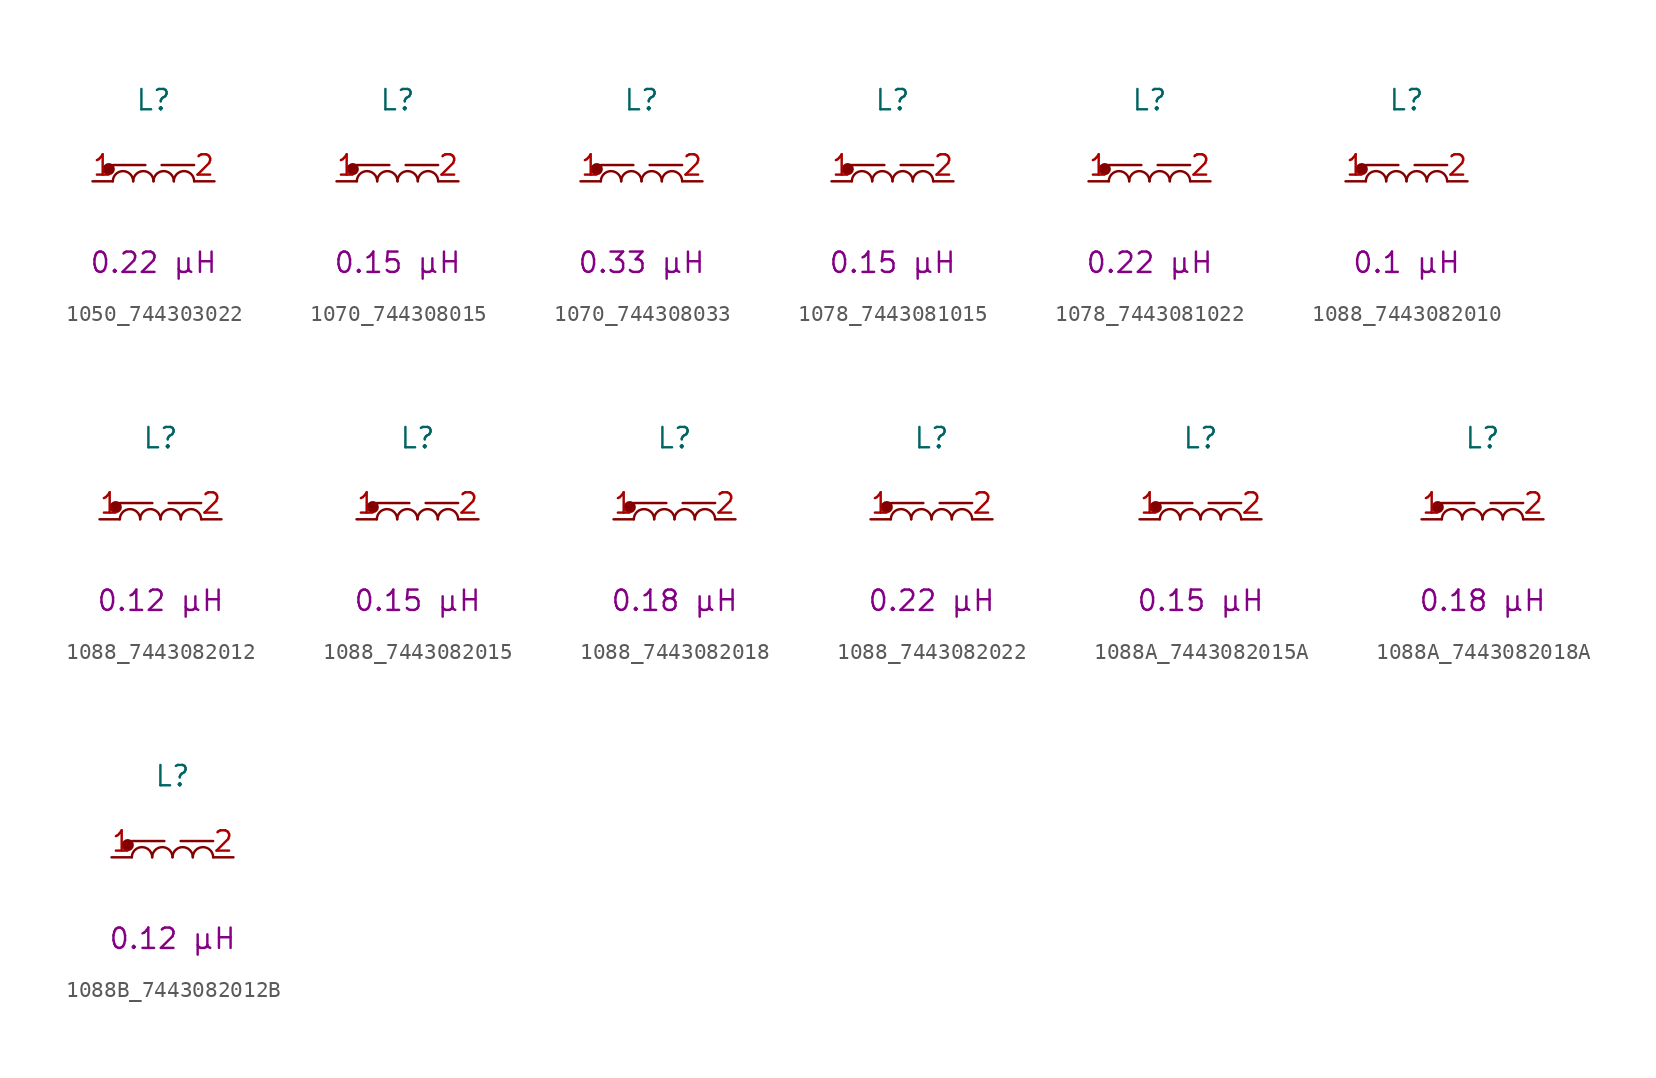
<source format=kicad_sym>
(kicad_symbol_lib
  (version 20220914)
  (generator kicad_symbol_editor)
  (symbol "1050_744303022"
    (pin_names hide)
    (property "Reference" "L"
      (at 0 5.08 0)
      (effects (font (size 1.27 1.27))))
    (property "Critical Parameter" "0.22 µH"
      (at 0 -5.08 0)
      (effects (font (size 1.27 1.27))))
    (symbol "1050_744303022_0_1"
      (arc (start -1.27 0) (mid -1.905 0.6323) (end -2.54 0) (stroke (width 0) (type default)) (fill (type none)))
      (arc (start 0 0) (mid -0.635 0.6323) (end -1.27 0) (stroke (width 0) (type default)) (fill (type none)))
      (polyline (pts (xy -2.54 1.016) (xy -0.508 1.016)) (stroke (width 0) (type default)) (fill (type none)))
      (arc (start 1.27 0) (mid 0.635 0.6323) (end 0 0) (stroke (width 0) (type default)) (fill (type none)))
      (arc (start 2.54 0) (mid 1.905 0.6323) (end 1.27 0) (stroke (width 0) (type default)) (fill (type none))))
    (symbol "1050_744303022_1_1"
      (circle (center -2.794 0.762) (radius 0.0001) (stroke (width 0.381) (type default)) (fill (type none)))
      (polyline (pts (xy 2.54 1.016) (xy 0.508 1.016)) (stroke (width 0) (type default)) (fill (type none)))
      (pin passive line (at -3.81 0 0) (length 1.27) (name "1" (effects (font (size 1.27 1.27)))) (number "1" (effects (font (size 1.27 1.27)))))
      (pin passive line (at 3.81 0 180) (length 1.27) (name "2" (effects (font (size 1.27 1.27)))) (number "2" (effects (font (size 1.27 1.27)))))))
  (symbol "1070_744308015"
    (pin_names hide)
    (property "Reference" "L"
      (at 0 5.08 0)
      (effects (font (size 1.27 1.27))))
    (property "Critical Parameter" "0.15 µH"
      (at 0 -5.08 0)
      (effects (font (size 1.27 1.27))))
    (symbol "1070_744308015_0_1"
      (arc (start -1.27 0) (mid -1.905 0.6323) (end -2.54 0) (stroke (width 0) (type default)) (fill (type none)))
      (arc (start 0 0) (mid -0.635 0.6323) (end -1.27 0) (stroke (width 0) (type default)) (fill (type none)))
      (polyline (pts (xy -2.54 1.016) (xy -0.508 1.016)) (stroke (width 0) (type default)) (fill (type none)))
      (arc (start 1.27 0) (mid 0.635 0.6323) (end 0 0) (stroke (width 0) (type default)) (fill (type none)))
      (arc (start 2.54 0) (mid 1.905 0.6323) (end 1.27 0) (stroke (width 0) (type default)) (fill (type none))))
    (symbol "1070_744308015_1_1"
      (circle (center -2.794 0.762) (radius 0.0001) (stroke (width 0.381) (type default)) (fill (type none)))
      (polyline (pts (xy 2.54 1.016) (xy 0.508 1.016)) (stroke (width 0) (type default)) (fill (type none)))
      (pin passive line (at -3.81 0 0) (length 1.27) (name "1" (effects (font (size 1.27 1.27)))) (number "1" (effects (font (size 1.27 1.27)))))
      (pin passive line (at 3.81 0 180) (length 1.27) (name "2" (effects (font (size 1.27 1.27)))) (number "2" (effects (font (size 1.27 1.27)))))))
  (symbol "1070_744308033"
    (pin_names hide)
    (property "Reference" "L"
      (at 0 5.08 0)
      (effects (font (size 1.27 1.27))))
    (property "Critical Parameter" "0.33 µH"
      (at 0 -5.08 0)
      (effects (font (size 1.27 1.27))))
    (symbol "1070_744308033_0_1"
      (arc (start -1.27 0) (mid -1.905 0.6323) (end -2.54 0) (stroke (width 0) (type default)) (fill (type none)))
      (arc (start 0 0) (mid -0.635 0.6323) (end -1.27 0) (stroke (width 0) (type default)) (fill (type none)))
      (polyline (pts (xy -2.54 1.016) (xy -0.508 1.016)) (stroke (width 0) (type default)) (fill (type none)))
      (arc (start 1.27 0) (mid 0.635 0.6323) (end 0 0) (stroke (width 0) (type default)) (fill (type none)))
      (arc (start 2.54 0) (mid 1.905 0.6323) (end 1.27 0) (stroke (width 0) (type default)) (fill (type none))))
    (symbol "1070_744308033_1_1"
      (circle (center -2.794 0.762) (radius 0.0001) (stroke (width 0.381) (type default)) (fill (type none)))
      (polyline (pts (xy 2.54 1.016) (xy 0.508 1.016)) (stroke (width 0) (type default)) (fill (type none)))
      (pin passive line (at -3.81 0 0) (length 1.27) (name "1" (effects (font (size 1.27 1.27)))) (number "1" (effects (font (size 1.27 1.27)))))
      (pin passive line (at 3.81 0 180) (length 1.27) (name "2" (effects (font (size 1.27 1.27)))) (number "2" (effects (font (size 1.27 1.27)))))))
  (symbol "1078_7443081015"
    (pin_names hide)
    (property "Reference" "L"
      (at 0 5.08 0)
      (effects (font (size 1.27 1.27))))
    (property "Critical Parameter" "0.15 µH"
      (at 0 -5.08 0)
      (effects (font (size 1.27 1.27))))
    (symbol "1078_7443081015_0_1"
      (arc (start -1.27 0) (mid -1.905 0.6323) (end -2.54 0) (stroke (width 0) (type default)) (fill (type none)))
      (arc (start 0 0) (mid -0.635 0.6323) (end -1.27 0) (stroke (width 0) (type default)) (fill (type none)))
      (polyline (pts (xy -2.54 1.016) (xy -0.508 1.016)) (stroke (width 0) (type default)) (fill (type none)))
      (arc (start 1.27 0) (mid 0.635 0.6323) (end 0 0) (stroke (width 0) (type default)) (fill (type none)))
      (arc (start 2.54 0) (mid 1.905 0.6323) (end 1.27 0) (stroke (width 0) (type default)) (fill (type none))))
    (symbol "1078_7443081015_1_1"
      (circle (center -2.794 0.762) (radius 0.0001) (stroke (width 0.381) (type default)) (fill (type none)))
      (polyline (pts (xy 2.54 1.016) (xy 0.508 1.016)) (stroke (width 0) (type default)) (fill (type none)))
      (pin passive line (at -3.81 0 0) (length 1.27) (name "1" (effects (font (size 1.27 1.27)))) (number "1" (effects (font (size 1.27 1.27)))))
      (pin passive line (at 3.81 0 180) (length 1.27) (name "2" (effects (font (size 1.27 1.27)))) (number "2" (effects (font (size 1.27 1.27)))))))
  (symbol "1078_7443081022"
    (pin_names hide)
    (property "Reference" "L"
      (at 0 5.08 0)
      (effects (font (size 1.27 1.27))))
    (property "Critical Parameter" "0.22 µH"
      (at 0 -5.08 0)
      (effects (font (size 1.27 1.27))))
    (symbol "1078_7443081022_0_1"
      (arc (start -1.27 0) (mid -1.905 0.6323) (end -2.54 0) (stroke (width 0) (type default)) (fill (type none)))
      (arc (start 0 0) (mid -0.635 0.6323) (end -1.27 0) (stroke (width 0) (type default)) (fill (type none)))
      (polyline (pts (xy -2.54 1.016) (xy -0.508 1.016)) (stroke (width 0) (type default)) (fill (type none)))
      (arc (start 1.27 0) (mid 0.635 0.6323) (end 0 0) (stroke (width 0) (type default)) (fill (type none)))
      (arc (start 2.54 0) (mid 1.905 0.6323) (end 1.27 0) (stroke (width 0) (type default)) (fill (type none))))
    (symbol "1078_7443081022_1_1"
      (circle (center -2.794 0.762) (radius 0.0001) (stroke (width 0.381) (type default)) (fill (type none)))
      (polyline (pts (xy 2.54 1.016) (xy 0.508 1.016)) (stroke (width 0) (type default)) (fill (type none)))
      (pin passive line (at -3.81 0 0) (length 1.27) (name "1" (effects (font (size 1.27 1.27)))) (number "1" (effects (font (size 1.27 1.27)))))
      (pin passive line (at 3.81 0 180) (length 1.27) (name "2" (effects (font (size 1.27 1.27)))) (number "2" (effects (font (size 1.27 1.27)))))))
  (symbol "1088_7443082010"
    (pin_names hide)
    (property "Reference" "L"
      (at 0 5.08 0)
      (effects (font (size 1.27 1.27))))
    (property "Critical Parameter" "0.1 µH"
      (at 0 -5.08 0)
      (effects (font (size 1.27 1.27))))
    (symbol "1088_7443082010_0_1"
      (arc (start -1.27 0) (mid -1.905 0.6323) (end -2.54 0) (stroke (width 0) (type default)) (fill (type none)))
      (arc (start 0 0) (mid -0.635 0.6323) (end -1.27 0) (stroke (width 0) (type default)) (fill (type none)))
      (polyline (pts (xy -2.54 1.016) (xy -0.508 1.016)) (stroke (width 0) (type default)) (fill (type none)))
      (arc (start 1.27 0) (mid 0.635 0.6323) (end 0 0) (stroke (width 0) (type default)) (fill (type none)))
      (arc (start 2.54 0) (mid 1.905 0.6323) (end 1.27 0) (stroke (width 0) (type default)) (fill (type none))))
    (symbol "1088_7443082010_1_1"
      (circle (center -2.794 0.762) (radius 0.0001) (stroke (width 0.381) (type default)) (fill (type none)))
      (polyline (pts (xy 2.54 1.016) (xy 0.508 1.016)) (stroke (width 0) (type default)) (fill (type none)))
      (pin passive line (at -3.81 0 0) (length 1.27) (name "1" (effects (font (size 1.27 1.27)))) (number "1" (effects (font (size 1.27 1.27)))))
      (pin passive line (at 3.81 0 180) (length 1.27) (name "2" (effects (font (size 1.27 1.27)))) (number "2" (effects (font (size 1.27 1.27)))))))
  (symbol "1088_7443082012"
    (pin_names hide)
    (property "Reference" "L"
      (at 0 5.08 0)
      (effects (font (size 1.27 1.27))))
    (property "Critical Parameter" "0.12 µH"
      (at 0 -5.08 0)
      (effects (font (size 1.27 1.27))))
    (symbol "1088_7443082012_0_1"
      (arc (start -1.27 0) (mid -1.905 0.6323) (end -2.54 0) (stroke (width 0) (type default)) (fill (type none)))
      (arc (start 0 0) (mid -0.635 0.6323) (end -1.27 0) (stroke (width 0) (type default)) (fill (type none)))
      (polyline (pts (xy -2.54 1.016) (xy -0.508 1.016)) (stroke (width 0) (type default)) (fill (type none)))
      (arc (start 1.27 0) (mid 0.635 0.6323) (end 0 0) (stroke (width 0) (type default)) (fill (type none)))
      (arc (start 2.54 0) (mid 1.905 0.6323) (end 1.27 0) (stroke (width 0) (type default)) (fill (type none))))
    (symbol "1088_7443082012_1_1"
      (circle (center -2.794 0.762) (radius 0.0001) (stroke (width 0.381) (type default)) (fill (type none)))
      (polyline (pts (xy 2.54 1.016) (xy 0.508 1.016)) (stroke (width 0) (type default)) (fill (type none)))
      (pin passive line (at -3.81 0 0) (length 1.27) (name "1" (effects (font (size 1.27 1.27)))) (number "1" (effects (font (size 1.27 1.27)))))
      (pin passive line (at 3.81 0 180) (length 1.27) (name "2" (effects (font (size 1.27 1.27)))) (number "2" (effects (font (size 1.27 1.27)))))))
  (symbol "1088_7443082015"
    (pin_names hide)
    (property "Reference" "L"
      (at 0 5.08 0)
      (effects (font (size 1.27 1.27))))
    (property "Critical Parameter" "0.15 µH"
      (at 0 -5.08 0)
      (effects (font (size 1.27 1.27))))
    (symbol "1088_7443082015_0_1"
      (arc (start -1.27 0) (mid -1.905 0.6323) (end -2.54 0) (stroke (width 0) (type default)) (fill (type none)))
      (arc (start 0 0) (mid -0.635 0.6323) (end -1.27 0) (stroke (width 0) (type default)) (fill (type none)))
      (polyline (pts (xy -2.54 1.016) (xy -0.508 1.016)) (stroke (width 0) (type default)) (fill (type none)))
      (arc (start 1.27 0) (mid 0.635 0.6323) (end 0 0) (stroke (width 0) (type default)) (fill (type none)))
      (arc (start 2.54 0) (mid 1.905 0.6323) (end 1.27 0) (stroke (width 0) (type default)) (fill (type none))))
    (symbol "1088_7443082015_1_1"
      (circle (center -2.794 0.762) (radius 0.0001) (stroke (width 0.381) (type default)) (fill (type none)))
      (polyline (pts (xy 2.54 1.016) (xy 0.508 1.016)) (stroke (width 0) (type default)) (fill (type none)))
      (pin passive line (at -3.81 0 0) (length 1.27) (name "1" (effects (font (size 1.27 1.27)))) (number "1" (effects (font (size 1.27 1.27)))))
      (pin passive line (at 3.81 0 180) (length 1.27) (name "2" (effects (font (size 1.27 1.27)))) (number "2" (effects (font (size 1.27 1.27)))))))
  (symbol "1088_7443082018"
    (pin_names hide)
    (property "Reference" "L"
      (at 0 5.08 0)
      (effects (font (size 1.27 1.27))))
    (property "Critical Parameter" "0.18 µH"
      (at 0 -5.08 0)
      (effects (font (size 1.27 1.27))))
    (symbol "1088_7443082018_0_1"
      (arc (start -1.27 0) (mid -1.905 0.6323) (end -2.54 0) (stroke (width 0) (type default)) (fill (type none)))
      (arc (start 0 0) (mid -0.635 0.6323) (end -1.27 0) (stroke (width 0) (type default)) (fill (type none)))
      (polyline (pts (xy -2.54 1.016) (xy -0.508 1.016)) (stroke (width 0) (type default)) (fill (type none)))
      (arc (start 1.27 0) (mid 0.635 0.6323) (end 0 0) (stroke (width 0) (type default)) (fill (type none)))
      (arc (start 2.54 0) (mid 1.905 0.6323) (end 1.27 0) (stroke (width 0) (type default)) (fill (type none))))
    (symbol "1088_7443082018_1_1"
      (circle (center -2.794 0.762) (radius 0.0001) (stroke (width 0.381) (type default)) (fill (type none)))
      (polyline (pts (xy 2.54 1.016) (xy 0.508 1.016)) (stroke (width 0) (type default)) (fill (type none)))
      (pin passive line (at -3.81 0 0) (length 1.27) (name "1" (effects (font (size 1.27 1.27)))) (number "1" (effects (font (size 1.27 1.27)))))
      (pin passive line (at 3.81 0 180) (length 1.27) (name "2" (effects (font (size 1.27 1.27)))) (number "2" (effects (font (size 1.27 1.27)))))))
  (symbol "1088_7443082022"
    (pin_names hide)
    (property "Reference" "L"
      (at 0 5.08 0)
      (effects (font (size 1.27 1.27))))
    (property "Critical Parameter" "0.22 µH"
      (at 0 -5.08 0)
      (effects (font (size 1.27 1.27))))
    (symbol "1088_7443082022_0_1"
      (arc (start -1.27 0) (mid -1.905 0.6323) (end -2.54 0) (stroke (width 0) (type default)) (fill (type none)))
      (arc (start 0 0) (mid -0.635 0.6323) (end -1.27 0) (stroke (width 0) (type default)) (fill (type none)))
      (polyline (pts (xy -2.54 1.016) (xy -0.508 1.016)) (stroke (width 0) (type default)) (fill (type none)))
      (arc (start 1.27 0) (mid 0.635 0.6323) (end 0 0) (stroke (width 0) (type default)) (fill (type none)))
      (arc (start 2.54 0) (mid 1.905 0.6323) (end 1.27 0) (stroke (width 0) (type default)) (fill (type none))))
    (symbol "1088_7443082022_1_1"
      (circle (center -2.794 0.762) (radius 0.0001) (stroke (width 0.381) (type default)) (fill (type none)))
      (polyline (pts (xy 2.54 1.016) (xy 0.508 1.016)) (stroke (width 0) (type default)) (fill (type none)))
      (pin passive line (at -3.81 0 0) (length 1.27) (name "1" (effects (font (size 1.27 1.27)))) (number "1" (effects (font (size 1.27 1.27)))))
      (pin passive line (at 3.81 0 180) (length 1.27) (name "2" (effects (font (size 1.27 1.27)))) (number "2" (effects (font (size 1.27 1.27)))))))
  (symbol "1088A_7443082015A"
    (pin_names hide)
    (property "Reference" "L"
      (at 0 5.08 0)
      (effects (font (size 1.27 1.27))))
    (property "Critical Parameter" "0.15 µH"
      (at 0 -5.08 0)
      (effects (font (size 1.27 1.27))))
    (symbol "1088A_7443082015A_0_1"
      (arc (start -1.27 0) (mid -1.905 0.6323) (end -2.54 0) (stroke (width 0) (type default)) (fill (type none)))
      (arc (start 0 0) (mid -0.635 0.6323) (end -1.27 0) (stroke (width 0) (type default)) (fill (type none)))
      (polyline (pts (xy -2.54 1.016) (xy -0.508 1.016)) (stroke (width 0) (type default)) (fill (type none)))
      (arc (start 1.27 0) (mid 0.635 0.6323) (end 0 0) (stroke (width 0) (type default)) (fill (type none)))
      (arc (start 2.54 0) (mid 1.905 0.6323) (end 1.27 0) (stroke (width 0) (type default)) (fill (type none))))
    (symbol "1088A_7443082015A_1_1"
      (circle (center -2.794 0.762) (radius 0.0001) (stroke (width 0.381) (type default)) (fill (type none)))
      (polyline (pts (xy 2.54 1.016) (xy 0.508 1.016)) (stroke (width 0) (type default)) (fill (type none)))
      (pin passive line (at -3.81 0 0) (length 1.27) (name "1" (effects (font (size 1.27 1.27)))) (number "1" (effects (font (size 1.27 1.27)))))
      (pin passive line (at 3.81 0 180) (length 1.27) (name "2" (effects (font (size 1.27 1.27)))) (number "2" (effects (font (size 1.27 1.27)))))))
  (symbol "1088A_7443082018A"
    (pin_names hide)
    (property "Reference" "L"
      (at 0 5.08 0)
      (effects (font (size 1.27 1.27))))
    (property "Critical Parameter" "0.18 µH"
      (at 0 -5.08 0)
      (effects (font (size 1.27 1.27))))
    (symbol "1088A_7443082018A_0_1"
      (arc (start -1.27 0) (mid -1.905 0.6323) (end -2.54 0) (stroke (width 0) (type default)) (fill (type none)))
      (arc (start 0 0) (mid -0.635 0.6323) (end -1.27 0) (stroke (width 0) (type default)) (fill (type none)))
      (polyline (pts (xy -2.54 1.016) (xy -0.508 1.016)) (stroke (width 0) (type default)) (fill (type none)))
      (arc (start 1.27 0) (mid 0.635 0.6323) (end 0 0) (stroke (width 0) (type default)) (fill (type none)))
      (arc (start 2.54 0) (mid 1.905 0.6323) (end 1.27 0) (stroke (width 0) (type default)) (fill (type none))))
    (symbol "1088A_7443082018A_1_1"
      (circle (center -2.794 0.762) (radius 0.0001) (stroke (width 0.381) (type default)) (fill (type none)))
      (polyline (pts (xy 2.54 1.016) (xy 0.508 1.016)) (stroke (width 0) (type default)) (fill (type none)))
      (pin passive line (at -3.81 0 0) (length 1.27) (name "1" (effects (font (size 1.27 1.27)))) (number "1" (effects (font (size 1.27 1.27)))))
      (pin passive line (at 3.81 0 180) (length 1.27) (name "2" (effects (font (size 1.27 1.27)))) (number "2" (effects (font (size 1.27 1.27)))))))
  (symbol "1088B_7443082012B"
    (pin_names hide)
    (property "Reference" "L"
      (at 0 5.08 0)
      (effects (font (size 1.27 1.27))))
    (property "Critical Parameter" "0.12 µH"
      (at 0 -5.08 0)
      (effects (font (size 1.27 1.27))))
    (symbol "1088B_7443082012B_0_1"
      (arc (start -1.27 0) (mid -1.905 0.6323) (end -2.54 0) (stroke (width 0) (type default)) (fill (type none)))
      (arc (start 0 0) (mid -0.635 0.6323) (end -1.27 0) (stroke (width 0) (type default)) (fill (type none)))
      (polyline (pts (xy -2.54 1.016) (xy -0.508 1.016)) (stroke (width 0) (type default)) (fill (type none)))
      (arc (start 1.27 0) (mid 0.635 0.6323) (end 0 0) (stroke (width 0) (type default)) (fill (type none)))
      (arc (start 2.54 0) (mid 1.905 0.6323) (end 1.27 0) (stroke (width 0) (type default)) (fill (type none))))
    (symbol "1088B_7443082012B_1_1"
      (circle (center -2.794 0.762) (radius 0.0001) (stroke (width 0.381) (type default)) (fill (type none)))
      (polyline (pts (xy 2.54 1.016) (xy 0.508 1.016)) (stroke (width 0) (type default)) (fill (type none)))
      (pin passive line (at -3.81 0 0) (length 1.27) (name "1" (effects (font (size 1.27 1.27)))) (number "1" (effects (font (size 1.27 1.27)))))
      (pin passive line (at 3.81 0 180) (length 1.27) (name "2" (effects (font (size 1.27 1.27)))) (number "2" (effects (font (size 1.27 1.27))))))))
</source>
